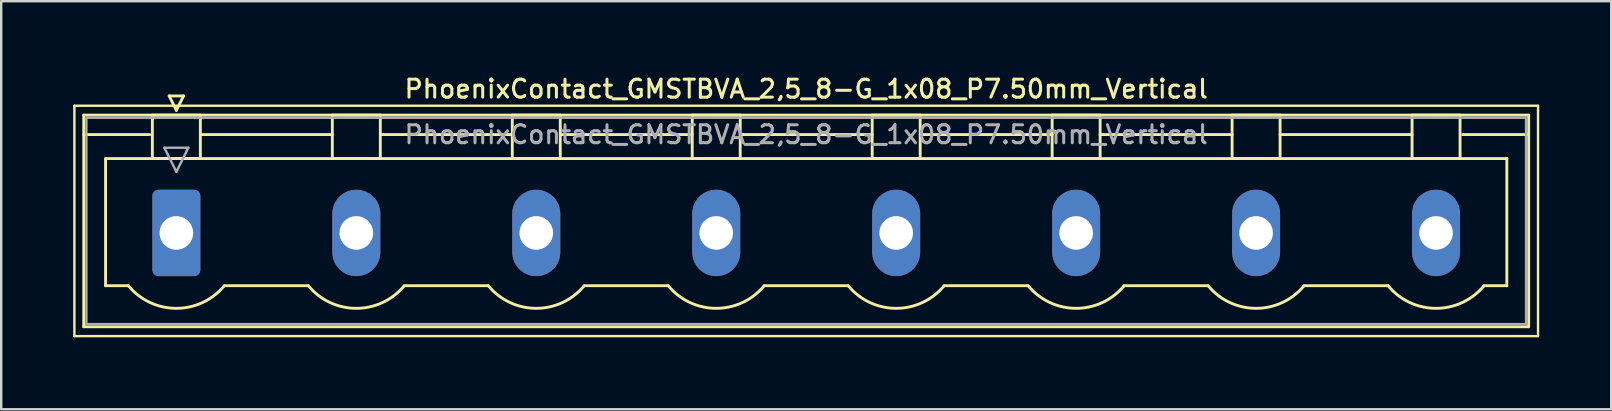
<source format=kicad_pcb>
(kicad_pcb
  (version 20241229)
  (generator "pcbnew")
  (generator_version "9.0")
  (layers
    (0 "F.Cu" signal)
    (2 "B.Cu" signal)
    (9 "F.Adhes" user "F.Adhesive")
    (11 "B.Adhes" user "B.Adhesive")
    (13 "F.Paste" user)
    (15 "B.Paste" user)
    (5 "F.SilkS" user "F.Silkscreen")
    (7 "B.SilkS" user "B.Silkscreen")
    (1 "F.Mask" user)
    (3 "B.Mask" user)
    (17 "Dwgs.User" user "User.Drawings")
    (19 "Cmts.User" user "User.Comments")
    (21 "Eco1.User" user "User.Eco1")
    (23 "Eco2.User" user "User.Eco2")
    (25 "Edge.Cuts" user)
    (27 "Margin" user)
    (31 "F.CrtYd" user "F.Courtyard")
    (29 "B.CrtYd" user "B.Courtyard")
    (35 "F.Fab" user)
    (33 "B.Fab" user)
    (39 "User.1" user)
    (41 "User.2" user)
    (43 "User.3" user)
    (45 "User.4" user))
  (footprint "PhoenixContact_GMSTBVA_2,5_8-G_1x08_P7.50mm_Vertical"
    (layer "F.Cu")
    (at 4.3 6.658)
    (property "Reference" "PhoenixContact_GMSTBVA_2,5_8-G_1x08_P7.50mm_Vertical" (at 26.25 -6 0) (layer "F.SilkS") (effects (font (size 0.75 0.75) (thickness 0.125))))
    (attr through_hole)
    (fp_line (start -4.25 -5.3) (end -4.25 4.3) (stroke (width 0.1) (type solid)) (layer "F.SilkS"))
    (fp_line (start -4.25 4.3) (end 56.75 4.3) (stroke (width 0.1) (type solid)) (layer "F.SilkS"))
    (fp_line (start -3.86 -4.91) (end -3.86 3.91) (stroke (width 0.12) (type solid)) (layer "F.SilkS"))
    (fp_line (start -3.86 -4.1) (end -1.11 -4.1) (stroke (width 0.12) (type solid)) (layer "F.SilkS"))
    (fp_line (start -3.86 3.91) (end 56.36 3.91) (stroke (width 0.12) (type solid)) (layer "F.SilkS"))
    (fp_line (start -2.95 -3.1) (end 55.45 -3.1) (stroke (width 0.12) (type solid)) (layer "F.SilkS"))
    (fp_line (start -2.95 2.2) (end -2.95 -3.1) (stroke (width 0.12) (type solid)) (layer "F.SilkS"))
    (fp_line (start -2 2.2) (end -2.95 2.2) (stroke (width 0.12) (type solid)) (layer "F.SilkS"))
    (fp_line (start -1 -4.91) (end 1 -4.91) (stroke (width 0.12) (type solid)) (layer "F.SilkS"))
    (fp_line (start -1 -3.1) (end -1 -4.91) (stroke (width 0.12) (type solid)) (layer "F.SilkS"))
    (fp_line (start -0.3 -5.71) (end 0.3 -5.71) (stroke (width 0.12) (type solid)) (layer "F.SilkS"))
    (fp_line (start 0 -5.11) (end -0.3 -5.71) (stroke (width 0.12) (type solid)) (layer "F.SilkS"))
    (fp_line (start 0.3 -5.71) (end 0 -5.11) (stroke (width 0.12) (type solid)) (layer "F.SilkS"))
    (fp_line (start 1 -4.91) (end 1 -3.1) (stroke (width 0.12) (type solid)) (layer "F.SilkS"))
    (fp_line (start 1 -4.1) (end 6.5 -4.1) (stroke (width 0.12) (type solid)) (layer "F.SilkS"))
    (fp_line (start 1 -3.1) (end -1 -3.1) (stroke (width 0.12) (type solid)) (layer "F.SilkS"))
    (fp_line (start 2 2.2) (end 5.5 2.2) (stroke (width 0.12) (type solid)) (layer "F.SilkS"))
    (fp_line (start 6.5 -4.91) (end 8.5 -4.91) (stroke (width 0.12) (type solid)) (layer "F.SilkS"))
    (fp_line (start 6.5 -3.1) (end 6.5 -4.91) (stroke (width 0.12) (type solid)) (layer "F.SilkS"))
    (fp_line (start 8.5 -4.91) (end 8.5 -3.1) (stroke (width 0.12) (type solid)) (layer "F.SilkS"))
    (fp_line (start 8.5 -4.1) (end 14 -4.1) (stroke (width 0.12) (type solid)) (layer "F.SilkS"))
    (fp_line (start 8.5 -3.1) (end 6.5 -3.1) (stroke (width 0.12) (type solid)) (layer "F.SilkS"))
    (fp_line (start 9.5 2.2) (end 13 2.2) (stroke (width 0.12) (type solid)) (layer "F.SilkS"))
    (fp_line (start 14 -4.91) (end 16 -4.91) (stroke (width 0.12) (type solid)) (layer "F.SilkS"))
    (fp_line (start 14 -3.1) (end 14 -4.91) (stroke (width 0.12) (type solid)) (layer "F.SilkS"))
    (fp_line (start 16 -4.91) (end 16 -3.1) (stroke (width 0.12) (type solid)) (layer "F.SilkS"))
    (fp_line (start 16 -4.1) (end 21.5 -4.1) (stroke (width 0.12) (type solid)) (layer "F.SilkS"))
    (fp_line (start 16 -3.1) (end 14 -3.1) (stroke (width 0.12) (type solid)) (layer "F.SilkS"))
    (fp_line (start 17 2.2) (end 20.5 2.2) (stroke (width 0.12) (type solid)) (layer "F.SilkS"))
    (fp_line (start 21.5 -4.91) (end 23.5 -4.91) (stroke (width 0.12) (type solid)) (layer "F.SilkS"))
    (fp_line (start 21.5 -3.1) (end 21.5 -4.91) (stroke (width 0.12) (type solid)) (layer "F.SilkS"))
    (fp_line (start 23.5 -4.91) (end 23.5 -3.1) (stroke (width 0.12) (type solid)) (layer "F.SilkS"))
    (fp_line (start 23.5 -4.1) (end 29 -4.1) (stroke (width 0.12) (type solid)) (layer "F.SilkS"))
    (fp_line (start 23.5 -3.1) (end 21.5 -3.1) (stroke (width 0.12) (type solid)) (layer "F.SilkS"))
    (fp_line (start 24.5 2.2) (end 28 2.2) (stroke (width 0.12) (type solid)) (layer "F.SilkS"))
    (fp_line (start 29 -4.91) (end 31 -4.91) (stroke (width 0.12) (type solid)) (layer "F.SilkS"))
    (fp_line (start 29 -3.1) (end 29 -4.91) (stroke (width 0.12) (type solid)) (layer "F.SilkS"))
    (fp_line (start 31 -4.91) (end 31 -3.1) (stroke (width 0.12) (type solid)) (layer "F.SilkS"))
    (fp_line (start 31 -4.1) (end 36.5 -4.1) (stroke (width 0.12) (type solid)) (layer "F.SilkS"))
    (fp_line (start 31 -3.1) (end 29 -3.1) (stroke (width 0.12) (type solid)) (layer "F.SilkS"))
    (fp_line (start 32 2.2) (end 35.5 2.2) (stroke (width 0.12) (type solid)) (layer "F.SilkS"))
    (fp_line (start 36.5 -4.91) (end 38.5 -4.91) (stroke (width 0.12) (type solid)) (layer "F.SilkS"))
    (fp_line (start 36.5 -3.1) (end 36.5 -4.91) (stroke (width 0.12) (type solid)) (layer "F.SilkS"))
    (fp_line (start 38.5 -4.91) (end 38.5 -3.1) (stroke (width 0.12) (type solid)) (layer "F.SilkS"))
    (fp_line (start 38.5 -4.1) (end 44 -4.1) (stroke (width 0.12) (type solid)) (layer "F.SilkS"))
    (fp_line (start 38.5 -3.1) (end 36.5 -3.1) (stroke (width 0.12) (type solid)) (layer "F.SilkS"))
    (fp_line (start 39.5 2.2) (end 43 2.2) (stroke (width 0.12) (type solid)) (layer "F.SilkS"))
    (fp_line (start 44 -4.91) (end 46 -4.91) (stroke (width 0.12) (type solid)) (layer "F.SilkS"))
    (fp_line (start 44 -3.1) (end 44 -4.91) (stroke (width 0.12) (type solid)) (layer "F.SilkS"))
    (fp_line (start 46 -4.91) (end 46 -3.1) (stroke (width 0.12) (type solid)) (layer "F.SilkS"))
    (fp_line (start 46 -4.1) (end 51.5 -4.1) (stroke (width 0.12) (type solid)) (layer "F.SilkS"))
    (fp_line (start 46 -3.1) (end 44 -3.1) (stroke (width 0.12) (type solid)) (layer "F.SilkS"))
    (fp_line (start 47 2.2) (end 50.5 2.2) (stroke (width 0.12) (type solid)) (layer "F.SilkS"))
    (fp_line (start 51.5 -4.91) (end 53.5 -4.91) (stroke (width 0.12) (type solid)) (layer "F.SilkS"))
    (fp_line (start 51.5 -3.1) (end 51.5 -4.91) (stroke (width 0.12) (type solid)) (layer "F.SilkS"))
    (fp_line (start 53.5 -4.91) (end 53.5 -3.1) (stroke (width 0.12) (type solid)) (layer "F.SilkS"))
    (fp_line (start 53.5 -3.1) (end 51.5 -3.1) (stroke (width 0.12) (type solid)) (layer "F.SilkS"))
    (fp_line (start 55.45 -3.1) (end 55.45 2.2) (stroke (width 0.12) (type solid)) (layer "F.SilkS"))
    (fp_line (start 55.45 2.2) (end 54.5 2.2) (stroke (width 0.12) (type solid)) (layer "F.SilkS"))
    (fp_line (start 56.36 -4.91) (end -3.86 -4.91) (stroke (width 0.12) (type solid)) (layer "F.SilkS"))
    (fp_line (start 56.36 -4.1) (end 53.61 -4.1) (stroke (width 0.12) (type solid)) (layer "F.SilkS"))
    (fp_line (start 56.36 3.91) (end 56.36 -4.91) (stroke (width 0.12) (type solid)) (layer "F.SilkS"))
    (fp_line (start 56.75 -5.3) (end -4.25 -5.3) (stroke (width 0.1) (type solid)) (layer "F.SilkS"))
    (fp_line (start 56.75 4.3) (end 56.75 -5.3) (stroke (width 0.1) (type solid)) (layer "F.SilkS"))
    (fp_arc (start 1.986842 2.215821) (mid -0.010289 3.142758) (end -2 2.2) (stroke (width 0.12) (type solid)) (layer "F.SilkS"))
    (fp_arc (start 9.486842 2.215821) (mid 7.489711 3.142758) (end 5.5 2.2) (stroke (width 0.12) (type solid)) (layer "F.SilkS"))
    (fp_arc (start 16.986842 2.215821) (mid 14.989711 3.142758) (end 13 2.2) (stroke (width 0.12) (type solid)) (layer "F.SilkS"))
    (fp_arc (start 24.486842 2.215821) (mid 22.489711 3.142758) (end 20.5 2.2) (stroke (width 0.12) (type solid)) (layer "F.SilkS"))
    (fp_arc (start 31.986842 2.215821) (mid 29.989711 3.142758) (end 28 2.2) (stroke (width 0.12) (type solid)) (layer "F.SilkS"))
    (fp_arc (start 39.486842 2.215821) (mid 37.489711 3.142758) (end 35.5 2.2) (stroke (width 0.12) (type solid)) (layer "F.SilkS"))
    (fp_arc (start 46.986842 2.215821) (mid 44.989711 3.142758) (end 43 2.2) (stroke (width 0.12) (type solid)) (layer "F.SilkS"))
    (fp_arc (start 54.486842 2.215821) (mid 52.489711 3.142758) (end 50.5 2.2) (stroke (width 0.12) (type solid)) (layer "F.SilkS"))
    (fp_line (start -3.75 -4.8) (end -3.75 3.8) (stroke (width 0.1) (type solid)) (layer "F.Fab"))
    (fp_line (start -3.75 3.8) (end 56.25 3.8) (stroke (width 0.1) (type solid)) (layer "F.Fab"))
    (fp_line (start -0.5 -3.55) (end 0.5 -3.55) (stroke (width 0.1) (type solid)) (layer "F.Fab"))
    (fp_line (start 0 -2.55) (end -0.5 -3.55) (stroke (width 0.1) (type solid)) (layer "F.Fab"))
    (fp_line (start 0.5 -3.55) (end 0 -2.55) (stroke (width 0.1) (type solid)) (layer "F.Fab"))
    (fp_line (start 56.25 -4.8) (end -3.75 -4.8) (stroke (width 0.1) (type solid)) (layer "F.Fab"))
    (fp_line (start 56.25 3.8) (end 56.25 -4.8) (stroke (width 0.1) (type solid)) (layer "F.Fab"))
    (fp_text user "${REFERENCE}" (at 26.25 -4.1 0) (layer "F.Fab") (effects (font (size 0.75 0.75) (thickness 0.125))))
    (pad "1" thru_hole roundrect (at 0 0) (size 2 3.6) (drill 1.4) (layers "*.Cu" "*.Mask") (roundrect_rratio 0.125))
    (pad "2" thru_hole oval (at 7.5 0) (size 2 3.6) (drill 1.4) (layers "*.Cu" "*.Mask"))
    (pad "3" thru_hole oval (at 15 0) (size 2 3.6) (drill 1.4) (layers "*.Cu" "*.Mask"))
    (pad "4" thru_hole oval (at 22.5 0) (size 2 3.6) (drill 1.4) (layers "*.Cu" "*.Mask"))
    (pad "5" thru_hole oval (at 30 0) (size 2 3.6) (drill 1.4) (layers "*.Cu" "*.Mask"))
    (pad "6" thru_hole oval (at 37.5 0) (size 2 3.6) (drill 1.4) (layers "*.Cu" "*.Mask"))
    (pad "7" thru_hole oval (at 45 0) (size 2 3.6) (drill 1.4) (layers "*.Cu" "*.Mask"))
    (pad "8" thru_hole oval (at 52.5 0) (size 2 3.6) (drill 1.4) (layers "*.Cu" "*.Mask")))
  (gr_rect
    (start -3 -3)
    (end 64.1 14.008)
    (stroke (width 0.1) (type default))
    (fill no)
    (layer "Edge.Cuts")))
</source>
